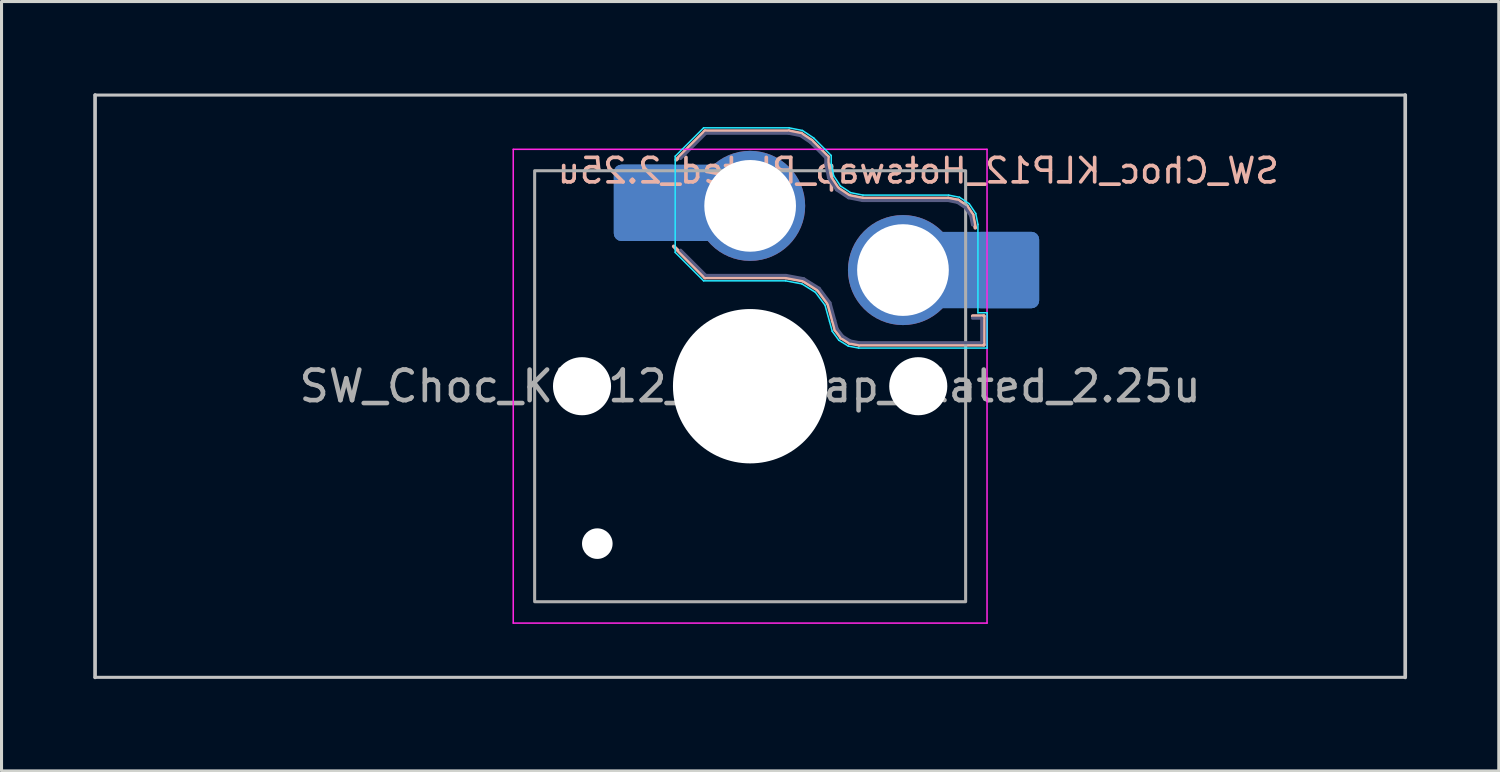
<source format=kicad_pcb>
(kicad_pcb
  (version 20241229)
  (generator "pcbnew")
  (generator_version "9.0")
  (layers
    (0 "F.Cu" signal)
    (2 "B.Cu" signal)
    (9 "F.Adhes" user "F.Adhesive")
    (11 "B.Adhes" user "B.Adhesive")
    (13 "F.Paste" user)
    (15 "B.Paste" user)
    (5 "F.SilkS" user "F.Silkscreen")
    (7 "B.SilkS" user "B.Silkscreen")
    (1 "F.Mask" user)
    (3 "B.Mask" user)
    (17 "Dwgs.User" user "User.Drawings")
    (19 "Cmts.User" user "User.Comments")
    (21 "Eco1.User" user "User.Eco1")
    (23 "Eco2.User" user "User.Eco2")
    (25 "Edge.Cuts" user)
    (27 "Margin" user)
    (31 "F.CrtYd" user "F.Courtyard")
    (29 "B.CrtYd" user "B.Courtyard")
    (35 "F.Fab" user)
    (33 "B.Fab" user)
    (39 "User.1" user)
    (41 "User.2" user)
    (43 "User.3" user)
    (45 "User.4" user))
  (footprint "SW_Choc_KLP12_Hotswap_Plated_2.25u"
    (layer "F.Cu")
    (at 21.491 9.585)
    (property "Reference" "SW_Choc_KLP12_Hotswap_Plated_2.25u" (at 5.5 -7.05 0) (layer "B.SilkS") (effects (font (size 0.8 0.8) (thickness 0.12)) (justify mirror)))
    (attr smd)
    (fp_line (start -2.416 -7.409) (end -1.479 -8.346) (stroke (width 0.12) (type solid)) (layer "B.SilkS"))
    (fp_line (start -1.479 -8.346) (end 1.268 -8.346) (stroke (width 0.12) (type solid)) (layer "B.SilkS"))
    (fp_line (start -1.479 -3.554) (end -2.5 -4.575) (stroke (width 0.12) (type solid)) (layer "B.SilkS"))
    (fp_line (start 1.168 -3.554) (end -1.479 -3.554) (stroke (width 0.12) (type solid)) (layer "B.SilkS"))
    (fp_line (start 1.268 -8.346) (end 1.671 -8.266) (stroke (width 0.12) (type solid)) (layer "B.SilkS"))
    (fp_line (start 1.671 -8.266) (end 2.013 -8.037) (stroke (width 0.12) (type solid)) (layer "B.SilkS"))
    (fp_line (start 1.73 -3.449) (end 1.168 -3.554) (stroke (width 0.12) (type solid)) (layer "B.SilkS"))
    (fp_line (start 2.013 -8.037) (end 2.546 -7.504) (stroke (width 0.12) (type solid)) (layer "B.SilkS"))
    (fp_line (start 2.209 -3.15) (end 1.73 -3.449) (stroke (width 0.12) (type solid)) (layer "B.SilkS"))
    (fp_line (start 2.546 -7.504) (end 2.546 -7.282) (stroke (width 0.12) (type solid)) (layer "B.SilkS"))
    (fp_line (start 2.546 -7.282) (end 2.633 -6.844) (stroke (width 0.12) (type solid)) (layer "B.SilkS"))
    (fp_line (start 2.547 -2.697) (end 2.209 -3.15) (stroke (width 0.12) (type solid)) (layer "B.SilkS"))
    (fp_line (start 2.633 -6.844) (end 2.877 -6.477) (stroke (width 0.12) (type solid)) (layer "B.SilkS"))
    (fp_line (start 2.701 -2.139) (end 2.547 -2.697) (stroke (width 0.12) (type solid)) (layer "B.SilkS"))
    (fp_line (start 2.783 -1.841) (end 2.701 -2.139) (stroke (width 0.12) (type solid)) (layer "B.SilkS"))
    (fp_line (start 2.877 -6.477) (end 3.244 -6.233) (stroke (width 0.12) (type solid)) (layer "B.SilkS"))
    (fp_line (start 2.976 -1.583) (end 2.783 -1.841) (stroke (width 0.12) (type solid)) (layer "B.SilkS"))
    (fp_line (start 3.244 -6.233) (end 3.682 -6.146) (stroke (width 0.12) (type solid)) (layer "B.SilkS"))
    (fp_line (start 3.25 -1.413) (end 2.976 -1.583) (stroke (width 0.12) (type solid)) (layer "B.SilkS"))
    (fp_line (start 3.56 -1.354) (end 3.25 -1.413) (stroke (width 0.12) (type solid)) (layer "B.SilkS"))
    (fp_line (start 3.682 -6.146) (end 6.482 -6.146) (stroke (width 0.12) (type solid)) (layer "B.SilkS"))
    (fp_line (start 6.482 -6.146) (end 6.809 -6.081) (stroke (width 0.12) (type solid)) (layer "B.SilkS"))
    (fp_line (start 6.809 -6.081) (end 7.092 -5.892) (stroke (width 0.12) (type solid)) (layer "B.SilkS"))
    (fp_line (start 7.092 -5.892) (end 7.281 -5.609) (stroke (width 0.12) (type solid)) (layer "B.SilkS"))
    (fp_line (start 7.281 -5.609) (end 7.366 -5.182) (stroke (width 0.12) (type solid)) (layer "B.SilkS"))
    (fp_line (start 7.283 -2.296) (end 7.646 -2.296) (stroke (width 0.12) (type solid)) (layer "B.SilkS"))
    (fp_line (start 7.646 -2.296) (end 7.646 -1.354) (stroke (width 0.12) (type solid)) (layer "B.SilkS"))
    (fp_line (start 7.646 -1.354) (end 3.56 -1.354) (stroke (width 0.12) (type solid)) (layer "B.SilkS"))
    (fp_line (start -21.431 -9.525) (end -21.431 9.525) (stroke (width 0.12) (type default)) (layer "Dwgs.User"))
    (fp_line (start -21.431 -9.525) (end 21.431 -9.525) (stroke (width 0.1) (type solid)) (layer "Dwgs.User"))
    (fp_line (start -21.431 9.525) (end 21.431 9.525) (stroke (width 0.1) (type solid)) (layer "Dwgs.User"))
    (fp_line (start 21.431 -9.525) (end 21.431 9.525) (stroke (width 0.12) (type default)) (layer "Dwgs.User"))
    (fp_line (start -2.452 -7.523) (end -1.523 -8.452) (stroke (width 0.05) (type solid)) (layer "B.CrtYd"))
    (fp_line (start -2.452 -4.377) (end -2.452 -7.523) (stroke (width 0.05) (type solid)) (layer "B.CrtYd"))
    (fp_line (start -1.523 -8.452) (end 1.278 -8.452) (stroke (width 0.05) (type solid)) (layer "B.CrtYd"))
    (fp_line (start -1.523 -3.448) (end -2.452 -4.377) (stroke (width 0.05) (type solid)) (layer "B.CrtYd"))
    (fp_line (start 1.159 -3.448) (end -1.523 -3.448) (stroke (width 0.05) (type solid)) (layer "B.CrtYd"))
    (fp_line (start 1.278 -8.452) (end 1.712 -8.366) (stroke (width 0.05) (type solid)) (layer "B.CrtYd"))
    (fp_line (start 1.691 -3.348) (end 1.159 -3.448) (stroke (width 0.05) (type solid)) (layer "B.CrtYd"))
    (fp_line (start 1.712 -8.366) (end 2.081 -8.119) (stroke (width 0.05) (type solid)) (layer "B.CrtYd"))
    (fp_line (start 2.081 -8.119) (end 2.652 -7.548) (stroke (width 0.05) (type solid)) (layer "B.CrtYd"))
    (fp_line (start 2.136 -3.071) (end 1.691 -3.348) (stroke (width 0.05) (type solid)) (layer "B.CrtYd"))
    (fp_line (start 2.45 -2.65) (end 2.136 -3.071) (stroke (width 0.05) (type solid)) (layer "B.CrtYd"))
    (fp_line (start 2.599 -2.111) (end 2.45 -2.65) (stroke (width 0.05) (type solid)) (layer "B.CrtYd"))
    (fp_line (start 2.652 -7.548) (end 2.652 -7.292) (stroke (width 0.05) (type solid)) (layer "B.CrtYd"))
    (fp_line (start 2.652 -7.292) (end 2.733 -6.885) (stroke (width 0.05) (type solid)) (layer "B.CrtYd"))
    (fp_line (start 2.687 -1.794) (end 2.599 -2.111) (stroke (width 0.05) (type solid)) (layer "B.CrtYd"))
    (fp_line (start 2.733 -6.885) (end 2.953 -6.553) (stroke (width 0.05) (type solid)) (layer "B.CrtYd"))
    (fp_line (start 2.903 -1.503) (end 2.687 -1.794) (stroke (width 0.05) (type solid)) (layer "B.CrtYd"))
    (fp_line (start 2.953 -6.553) (end 3.285 -6.333) (stroke (width 0.05) (type solid)) (layer "B.CrtYd"))
    (fp_line (start 3.211 -1.312) (end 2.903 -1.503) (stroke (width 0.05) (type solid)) (layer "B.CrtYd"))
    (fp_line (start 3.285 -6.333) (end 3.692 -6.252) (stroke (width 0.05) (type solid)) (layer "B.CrtYd"))
    (fp_line (start 3.55 -1.248) (end 3.211 -1.312) (stroke (width 0.05) (type solid)) (layer "B.CrtYd"))
    (fp_line (start 3.692 -6.252) (end 6.492 -6.252) (stroke (width 0.05) (type solid)) (layer "B.CrtYd"))
    (fp_line (start 6.492 -6.252) (end 6.85 -6.181) (stroke (width 0.05) (type solid)) (layer "B.CrtYd"))
    (fp_line (start 6.85 -6.181) (end 7.168 -5.968) (stroke (width 0.05) (type solid)) (layer "B.CrtYd"))
    (fp_line (start 7.168 -5.968) (end 7.381 -5.65) (stroke (width 0.05) (type solid)) (layer "B.CrtYd"))
    (fp_line (start 7.381 -5.65) (end 7.452 -5.292) (stroke (width 0.05) (type solid)) (layer "B.CrtYd"))
    (fp_line (start 7.452 -5.292) (end 7.452 -2.402) (stroke (width 0.05) (type solid)) (layer "B.CrtYd"))
    (fp_line (start 7.452 -2.402) (end 7.752 -2.402) (stroke (width 0.05) (type solid)) (layer "B.CrtYd"))
    (fp_line (start 7.752 -2.402) (end 7.752 -1.248) (stroke (width 0.05) (type solid)) (layer "B.CrtYd"))
    (fp_line (start 7.752 -1.248) (end 3.55 -1.248) (stroke (width 0.05) (type solid)) (layer "B.CrtYd"))
    (fp_line (start -7.75 7.75) (end -7.75 -7.75) (stroke (width 0.05) (type solid)) (layer "F.CrtYd"))
    (fp_line (start 7.75 -7.75) (end -7.75 -7.75) (stroke (width 0.05) (type solid)) (layer "F.CrtYd"))
    (fp_line (start 7.75 -7.75) (end 7.75 7.75) (stroke (width 0.05) (type solid)) (layer "F.CrtYd"))
    (fp_line (start 7.75 7.75) (end -7.75 7.75) (stroke (width 0.05) (type solid)) (layer "F.CrtYd"))
    (fp_line (start -2.275 -7.45) (end -1.45 -8.275) (stroke (width 0.1) (type solid)) (layer "B.Fab"))
    (fp_line (start -1.45 -8.275) (end 1.261 -8.275) (stroke (width 0.1) (type solid)) (layer "B.Fab"))
    (fp_line (start -1.45 -3.625) (end -2.275 -4.45) (stroke (width 0.1) (type solid)) (layer "B.Fab"))
    (fp_line (start 1.175 -3.625) (end -1.45 -3.625) (stroke (width 0.1) (type solid)) (layer "B.Fab"))
    (fp_line (start 1.261 -8.275) (end 1.643 -8.199) (stroke (width 0.1) (type solid)) (layer "B.Fab"))
    (fp_line (start 1.643 -8.199) (end 1.968 -7.982) (stroke (width 0.1) (type solid)) (layer "B.Fab"))
    (fp_line (start 1.756 -3.516) (end 1.175 -3.625) (stroke (width 0.1) (type solid)) (layer "B.Fab"))
    (fp_line (start 1.968 -7.982) (end 2.475 -7.475) (stroke (width 0.1) (type solid)) (layer "B.Fab"))
    (fp_line (start 2.258 -3.203) (end 1.756 -3.516) (stroke (width 0.1) (type solid)) (layer "B.Fab"))
    (fp_line (start 2.475 -7.475) (end 2.475 -7.275) (stroke (width 0.1) (type solid)) (layer "B.Fab"))
    (fp_line (start 2.475 -7.275) (end 2.566 -6.816) (stroke (width 0.1) (type solid)) (layer "B.Fab"))
    (fp_line (start 2.566 -6.816) (end 2.826 -6.426) (stroke (width 0.1) (type solid)) (layer "B.Fab"))
    (fp_line (start 2.612 -2.729) (end 2.258 -3.203) (stroke (width 0.1) (type solid)) (layer "B.Fab"))
    (fp_line (start 2.769 -2.158) (end 2.612 -2.729) (stroke (width 0.1) (type solid)) (layer "B.Fab"))
    (fp_line (start 2.826 -6.426) (end 3.216 -6.166) (stroke (width 0.1) (type solid)) (layer "B.Fab"))
    (fp_line (start 2.848 -1.873) (end 2.769 -2.158) (stroke (width 0.1) (type solid)) (layer "B.Fab"))
    (fp_line (start 3.025 -1.636) (end 2.848 -1.873) (stroke (width 0.1) (type solid)) (layer "B.Fab"))
    (fp_line (start 3.216 -6.166) (end 3.675 -6.075) (stroke (width 0.1) (type solid)) (layer "B.Fab"))
    (fp_line (start 3.276 -1.48) (end 3.025 -1.636) (stroke (width 0.1) (type solid)) (layer "B.Fab"))
    (fp_line (start 3.567 -1.425) (end 3.276 -1.48) (stroke (width 0.1) (type solid)) (layer "B.Fab"))
    (fp_line (start 3.675 -6.075) (end 6.475 -6.075) (stroke (width 0.1) (type solid)) (layer "B.Fab"))
    (fp_line (start 6.475 -6.075) (end 6.781 -6.014) (stroke (width 0.1) (type solid)) (layer "B.Fab"))
    (fp_line (start 6.781 -6.014) (end 7.041 -5.841) (stroke (width 0.1) (type solid)) (layer "B.Fab"))
    (fp_line (start 7.041 -5.841) (end 7.214 -5.581) (stroke (width 0.1) (type solid)) (layer "B.Fab"))
    (fp_line (start 7.214 -5.581) (end 7.275 -5.275) (stroke (width 0.1) (type solid)) (layer "B.Fab"))
    (fp_line (start 7.275 -2.225) (end 7.575 -2.225) (stroke (width 0.1) (type solid)) (layer "B.Fab"))
    (fp_line (start 7.575 -2.225) (end 7.575 -1.425) (stroke (width 0.1) (type solid)) (layer "B.Fab"))
    (fp_line (start 7.575 -1.425) (end 3.567 -1.425) (stroke (width 0.1) (type solid)) (layer "B.Fab"))
    (fp_rect (start -7.05 -7.05) (end 7.05 7.05) (stroke (width 0.1) (type default)) (fill no) (layer "F.Fab"))
    (fp_text user "${REFERENCE}" (at 0 0 0) (layer "F.Fab") (effects (font (size 1 1) (thickness 0.15))))
    (pad "" np_thru_hole circle (at -5.5 0) (size 1.9 1.9) (drill 1.9) (layers "*.Cu" "*.Mask"))
    (pad "" np_thru_hole circle (at -5 5.15) (size 1 1) (drill 1) (layers "*.Cu" "*.Mask"))
    (pad "" np_thru_hole circle (at 0 0) (size 5.05 5.05) (drill 5.05) (layers "*.Cu" "*.Mask"))
    (pad "" np_thru_hole circle (at 5.5 0) (size 1.9 1.9) (drill 1.9) (layers "*.Cu" "*.Mask"))
    (pad "1" thru_hole circle (at 5 -3.8) (size 3.6 3.6) (drill 3) (layers "*.Cu" "*.Mask"))
    (pad "1" smd roundrect (at 7.53 -3.8) (size 3.85 2.5) (layers "B.Cu") (roundrect_rratio 0.1))
    (pad "1" smd roundrect (at 8.376 -3.8) (size 2.159 2.5) (layers "B.Cu" "B.Mask" "B.Paste") (roundrect_rratio 0.116))
    (pad "2" smd roundrect (at -3.381 -6) (size 2.159 2.5) (layers "B.Cu" "B.Mask" "B.Paste") (roundrect_rratio 0.116))
    (pad "2" smd roundrect (at -2.535 -6) (size 3.85 2.5) (layers "B.Cu") (roundrect_rratio 0.1))
    (pad "2" thru_hole circle (at 0 -5.9) (size 3.6 3.6) (drill 3) (layers "*.Cu" "*.Mask")))
  (gr_rect
    (start -3 -3)
    (end 45.983 22.17)
    (stroke (width 0.1) (type default))
    (fill no)
    (layer "Edge.Cuts")))
</source>
